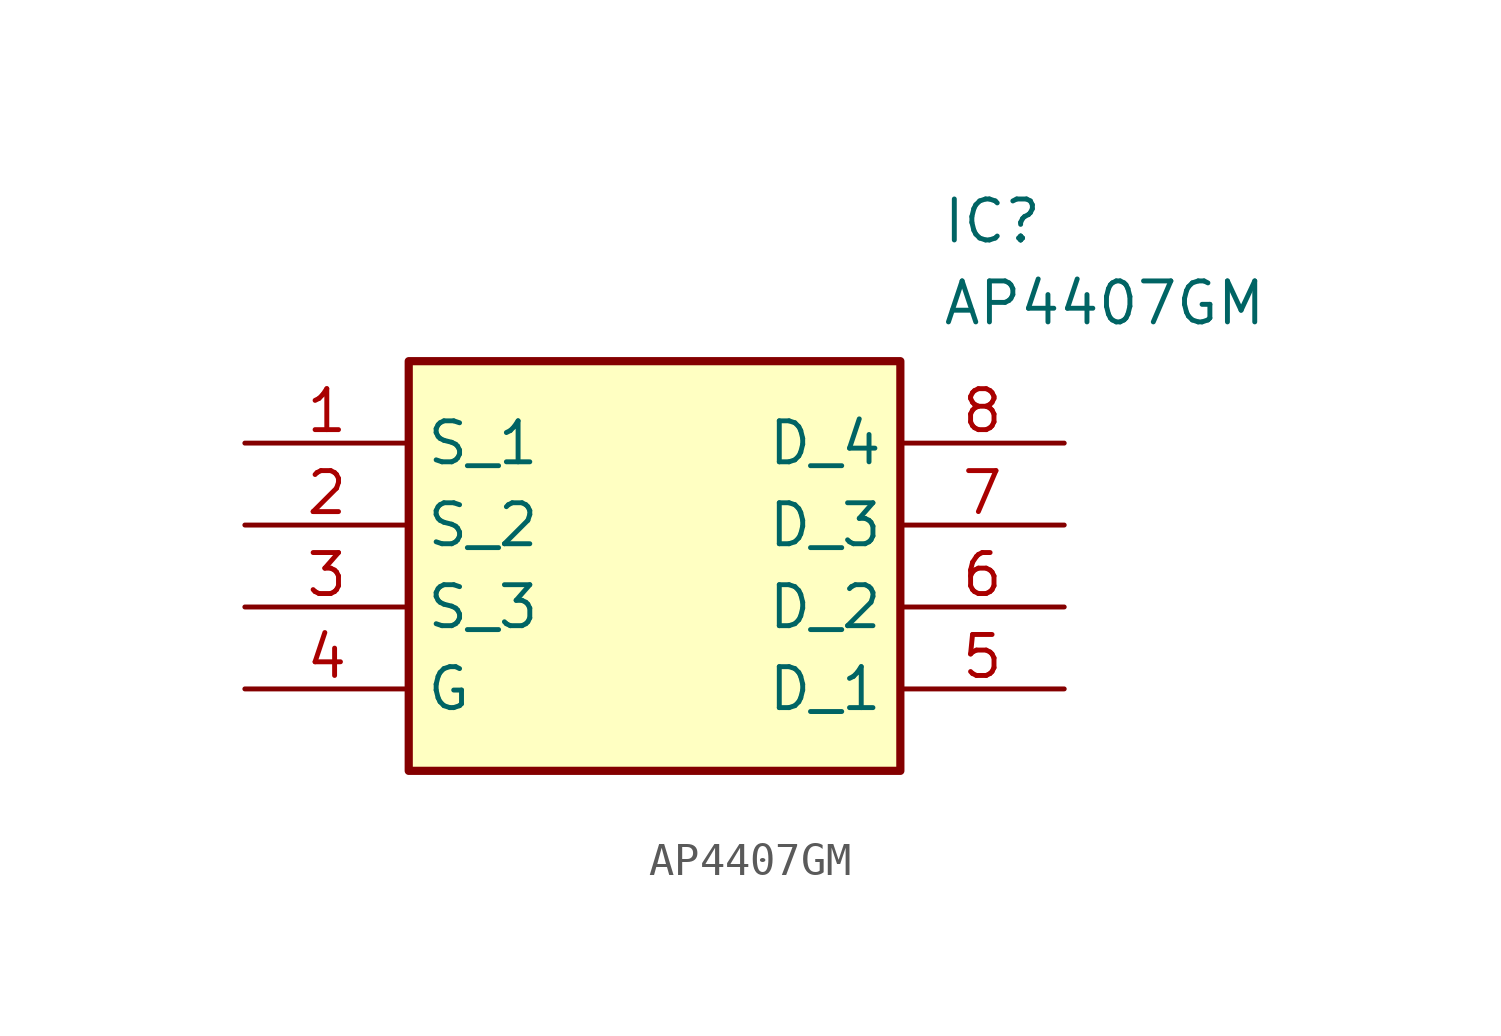
<source format=kicad_sym>
(kicad_symbol_lib
  (version 20211014)
  (generator SamacSys_ECAD_Model)
  (symbol "AP4407GM"
    (property "Reference" "IC"
      (at 21.59 7.62 0)
      (effects (font (size 1.27 1.27)) (justify left top)))
    (property "Value" "AP4407GM"
      (at 21.59 5.08 0)
      (effects (font (size 1.27 1.27)) (justify left top)))
    (rectangle
      (start 5.08 2.54)
      (end 20.32 -10.16)
      (stroke (width 0.254) (type default))
      (fill (type background)))
    (pin passive line
      (at 0 0 0)
      (length 5.08)
      (name "S_1" (effects (font (size 1.27 1.27))))
      (number "1" (effects (font (size 1.27 1.27)))))
    (pin passive line
      (at 0 -2.54 0)
      (length 5.08)
      (name "S_2" (effects (font (size 1.27 1.27))))
      (number "2" (effects (font (size 1.27 1.27)))))
    (pin passive line
      (at 0 -5.08 0)
      (length 5.08)
      (name "S_3" (effects (font (size 1.27 1.27))))
      (number "3" (effects (font (size 1.27 1.27)))))
    (pin passive line
      (at 0 -7.62 0)
      (length 5.08)
      (name "G" (effects (font (size 1.27 1.27))))
      (number "4" (effects (font (size 1.27 1.27)))))
    (pin passive line
      (at 25.4 0 180)
      (length 5.08)
      (name "D_4" (effects (font (size 1.27 1.27))))
      (number "8" (effects (font (size 1.27 1.27)))))
    (pin passive line
      (at 25.4 -2.54 180)
      (length 5.08)
      (name "D_3" (effects (font (size 1.27 1.27))))
      (number "7" (effects (font (size 1.27 1.27)))))
    (pin passive line
      (at 25.4 -5.08 180)
      (length 5.08)
      (name "D_2" (effects (font (size 1.27 1.27))))
      (number "6" (effects (font (size 1.27 1.27)))))
    (pin passive line
      (at 25.4 -7.62 180)
      (length 5.08)
      (name "D_1" (effects (font (size 1.27 1.27))))
      (number "5" (effects (font (size 1.27 1.27)))))))
</source>
